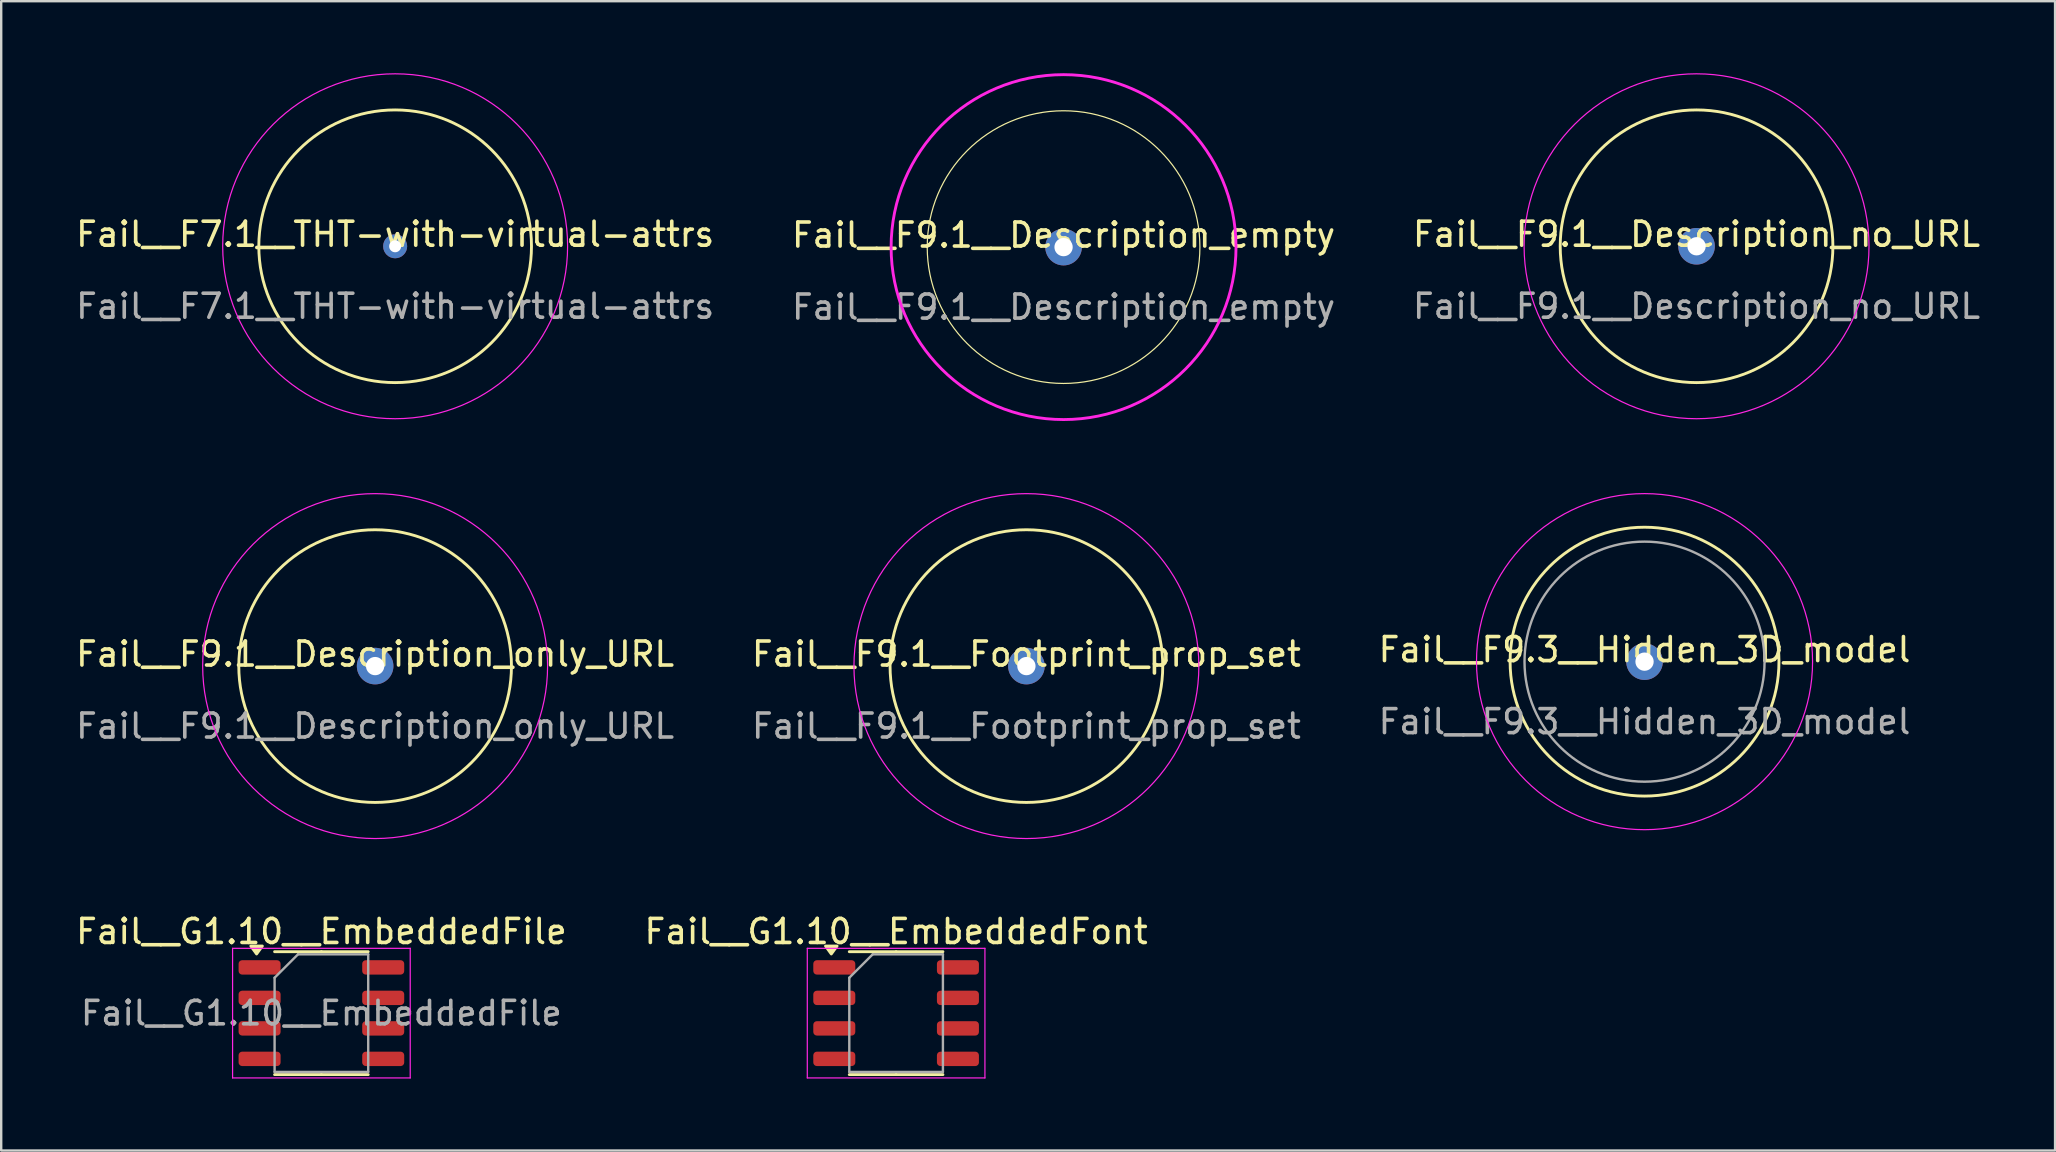
<source format=kicad_pcb>
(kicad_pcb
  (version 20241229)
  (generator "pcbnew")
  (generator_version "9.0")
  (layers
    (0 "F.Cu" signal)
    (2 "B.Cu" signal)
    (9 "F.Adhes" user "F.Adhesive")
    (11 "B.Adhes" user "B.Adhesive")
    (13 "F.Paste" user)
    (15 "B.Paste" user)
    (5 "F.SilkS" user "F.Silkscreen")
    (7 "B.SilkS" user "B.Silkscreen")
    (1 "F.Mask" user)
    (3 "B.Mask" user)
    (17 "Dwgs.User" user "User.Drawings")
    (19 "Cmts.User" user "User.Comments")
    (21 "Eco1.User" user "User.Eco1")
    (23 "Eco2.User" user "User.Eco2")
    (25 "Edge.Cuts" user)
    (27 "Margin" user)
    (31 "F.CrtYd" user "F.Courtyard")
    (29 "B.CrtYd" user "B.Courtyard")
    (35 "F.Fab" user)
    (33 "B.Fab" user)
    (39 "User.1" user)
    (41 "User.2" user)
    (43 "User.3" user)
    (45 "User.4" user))
  (footprint "Fail__F9.3__Hidden_3D_model"
    (layer "F.Cu")
    (at 65.458 24.513)
    (property "Reference" "Fail__F9.3__Hidden_3D_model" (at 0 -0.5 0) (unlocked yes) (layer "F.SilkS") (effects (font (size 1 1) (thickness 0.15))))
    (attr through_hole)
    (fp_circle (center 0 0) (end 5.6 0) (stroke (width 0.12) (type solid)) (fill no) (layer "F.SilkS"))
    (fp_circle (center 0 0) (end 7 0) (stroke (width 0.05) (type solid)) (fill no) (layer "F.CrtYd"))
    (fp_circle (center 0 0) (end 5 0) (stroke (width 0.1) (type solid)) (fill no) (layer "F.Fab"))
    (fp_text user "${REFERENCE}" (at 0 2.5 0) (unlocked yes) (layer "F.Fab") (effects (font (size 1 1) (thickness 0.15))))
    (pad "1" thru_hole circle (at 0 0) (size 1.524 1.524) (drill 0.762) (layers "*.Cu" "*.Mask")))
  (footprint "Fail__G1.10__EmbeddedFont"
    (layer "F.Cu")
    (at 34.28 39.155)
    (property "Reference" "Fail__G1.10__EmbeddedFont" (at 0 -3.4 0) (layer "F.SilkS") (effects (font (size 1 1) (thickness 0.15))))
    (attr smd)
    (fp_line (start 0 -2.56) (end -1.95 -2.56) (stroke (width 0.12) (type solid)) (layer "F.SilkS"))
    (fp_line (start 0 -2.56) (end 1.95 -2.56) (stroke (width 0.12) (type solid)) (layer "F.SilkS"))
    (fp_line (start 0 2.56) (end -1.95 2.56) (stroke (width 0.12) (type solid)) (layer "F.SilkS"))
    (fp_line (start 0 2.56) (end 1.95 2.56) (stroke (width 0.12) (type solid)) (layer "F.SilkS"))
    (fp_poly (pts (xy -2.7 -2.465) (xy -2.94 -2.795) (xy -2.46 -2.795) (xy -2.7 -2.465)) (stroke (width 0.12) (type solid)) (fill yes) (layer "F.SilkS"))
    (fp_line (start -3.7 -2.7) (end -3.7 2.7) (stroke (width 0.05) (type solid)) (layer "F.CrtYd"))
    (fp_line (start -3.7 2.7) (end 3.7 2.7) (stroke (width 0.05) (type solid)) (layer "F.CrtYd"))
    (fp_line (start 3.7 -2.7) (end -3.7 -2.7) (stroke (width 0.05) (type solid)) (layer "F.CrtYd"))
    (fp_line (start 3.7 2.7) (end 3.7 -2.7) (stroke (width 0.05) (type solid)) (layer "F.CrtYd"))
    (fp_line (start -1.95 -1.475) (end -0.975 -2.45) (stroke (width 0.1) (type solid)) (layer "F.Fab"))
    (fp_line (start -1.95 2.45) (end -1.95 -1.475) (stroke (width 0.1) (type solid)) (layer "F.Fab"))
    (fp_line (start -0.975 -2.45) (end 1.95 -2.45) (stroke (width 0.1) (type solid)) (layer "F.Fab"))
    (fp_line (start 1.95 -2.45) (end 1.95 2.45) (stroke (width 0.1) (type solid)) (layer "F.Fab"))
    (fp_line (start 1.95 2.45) (end -1.95 2.45) (stroke (width 0.1) (type solid)) (layer "F.Fab"))
    (pad "1" smd roundrect (at -2.575 -1.905) (size 1.75 0.6) (layers "F.Cu" "F.Mask" "F.Paste") (roundrect_rratio 0.25))
    (pad "2" smd roundrect (at -2.575 -0.635) (size 1.75 0.6) (layers "F.Cu" "F.Mask" "F.Paste") (roundrect_rratio 0.25))
    (pad "3" smd roundrect (at -2.575 0.635) (size 1.75 0.6) (layers "F.Cu" "F.Mask" "F.Paste") (roundrect_rratio 0.25))
    (pad "4" smd roundrect (at -2.575 1.905) (size 1.75 0.6) (layers "F.Cu" "F.Mask" "F.Paste") (roundrect_rratio 0.25))
    (pad "5" smd roundrect (at 2.575 1.905) (size 1.75 0.6) (layers "F.Cu" "F.Mask" "F.Paste") (roundrect_rratio 0.25))
    (pad "6" smd roundrect (at 2.575 0.635) (size 1.75 0.6) (layers "F.Cu" "F.Mask" "F.Paste") (roundrect_rratio 0.25))
    (pad "7" smd roundrect (at 2.575 -0.635) (size 1.75 0.6) (layers "F.Cu" "F.Mask" "F.Paste") (roundrect_rratio 0.25))
    (pad "8" smd roundrect (at 2.575 -1.905) (size 1.75 0.6) (layers "F.Cu" "F.Mask" "F.Paste") (roundrect_rratio 0.25)))
  (footprint "Fail__F9.1__Description_only_URL"
    (layer "F.Cu")
    (at 12.577 24.698)
    (property "Reference" "Fail__F9.1__Description_only_URL" (at 0 -0.5 0) (unlocked yes) (layer "F.SilkS") (effects (font (size 1 1) (thickness 0.15))))
    (attr through_hole)
    (fp_circle (center 0 0) (end 5.08 -2.54) (stroke (width 0.12) (type solid)) (fill no) (layer "F.SilkS"))
    (fp_circle (center 0 0) (end 5.08 -5.08) (stroke (width 0.05) (type solid)) (fill no) (layer "F.CrtYd"))
    (fp_text user "${REFERENCE}" (at 0 2.5 0) (unlocked yes) (layer "F.Fab") (effects (font (size 1 1) (thickness 0.15))))
    (pad "1" thru_hole circle (at 0 0) (size 1.524 1.524) (drill 0.762) (layers "*.Cu" "*.Mask")))
  (footprint "Fail__F7.1__THT-with-virtual-attrs"
    (layer "F.Cu")
    (at 13.411 7.209)
    (property "Reference" "Fail__F7.1__THT-with-virtual-attrs" (at 0 -0.5 0) (unlocked yes) (layer "F.SilkS") (effects (font (size 1 1) (thickness 0.15))))
    (attr through_hole exclude_from_pos_files exclude_from_bom)
    (fp_circle (center 0 0) (end 5.08 -2.54) (stroke (width 0.12) (type solid)) (fill no) (layer "F.SilkS"))
    (fp_circle (center 0 0) (end 5.08 -5.08) (stroke (width 0.05) (type solid)) (fill no) (layer "F.CrtYd"))
    (fp_text user "${REFERENCE}" (at 0 2.5 0) (unlocked yes) (layer "F.Fab") (effects (font (size 1 1) (thickness 0.15))))
    (pad "1" thru_hole circle (at 0 0) (size 1 1) (drill 0.5) (layers "*.Cu" "*.Mask")))
  (footprint "Fail__F9.1__Footprint_prop_set"
    (layer "F.Cu")
    (at 39.708 24.698)
    (property "Reference" "Fail__F9.1__Footprint_prop_set" (at 0 -0.5 0) (unlocked yes) (layer "F.SilkS") (effects (font (size 1 1) (thickness 0.15))))
    (attr through_hole)
    (fp_circle (center 0 0) (end 5.08 -2.54) (stroke (width 0.12) (type solid)) (fill no) (layer "F.SilkS"))
    (fp_circle (center 0 0) (end 5.08 -5.08) (stroke (width 0.05) (type solid)) (fill no) (layer "F.CrtYd"))
    (fp_text user "${REFERENCE}" (at 0 2.5 0) (unlocked yes) (layer "F.Fab") (effects (font (size 1 1) (thickness 0.15))))
    (pad "1" thru_hole circle (at 0 0) (size 1.524 1.524) (drill 0.762) (layers "*.Cu" "*.Mask")))
  (footprint "Fail__G1.10__EmbeddedFile"
    (layer "F.Cu")
    (at 10.339 39.155)
    (property "Reference" "Fail__G1.10__EmbeddedFile" (at 0 -3.4 0) (layer "F.SilkS") (effects (font (size 1 1) (thickness 0.15))))
    (attr smd)
    (fp_line (start 0 -2.56) (end -1.95 -2.56) (stroke (width 0.12) (type solid)) (layer "F.SilkS"))
    (fp_line (start 0 -2.56) (end 1.95 -2.56) (stroke (width 0.12) (type solid)) (layer "F.SilkS"))
    (fp_line (start 0 2.56) (end -1.95 2.56) (stroke (width 0.12) (type solid)) (layer "F.SilkS"))
    (fp_line (start 0 2.56) (end 1.95 2.56) (stroke (width 0.12) (type solid)) (layer "F.SilkS"))
    (fp_poly (pts (xy -2.7 -2.465) (xy -2.94 -2.795) (xy -2.46 -2.795) (xy -2.7 -2.465)) (stroke (width 0.12) (type solid)) (fill yes) (layer "F.SilkS"))
    (fp_line (start -3.7 -2.7) (end -3.7 2.7) (stroke (width 0.05) (type solid)) (layer "F.CrtYd"))
    (fp_line (start -3.7 2.7) (end 3.7 2.7) (stroke (width 0.05) (type solid)) (layer "F.CrtYd"))
    (fp_line (start 3.7 -2.7) (end -3.7 -2.7) (stroke (width 0.05) (type solid)) (layer "F.CrtYd"))
    (fp_line (start 3.7 2.7) (end 3.7 -2.7) (stroke (width 0.05) (type solid)) (layer "F.CrtYd"))
    (fp_line (start -1.95 -1.475) (end -0.975 -2.45) (stroke (width 0.1) (type solid)) (layer "F.Fab"))
    (fp_line (start -1.95 2.45) (end -1.95 -1.475) (stroke (width 0.1) (type solid)) (layer "F.Fab"))
    (fp_line (start -0.975 -2.45) (end 1.95 -2.45) (stroke (width 0.1) (type solid)) (layer "F.Fab"))
    (fp_line (start 1.95 -2.45) (end 1.95 2.45) (stroke (width 0.1) (type solid)) (layer "F.Fab"))
    (fp_line (start 1.95 2.45) (end -1.95 2.45) (stroke (width 0.1) (type solid)) (layer "F.Fab"))
    (fp_text user "${REFERENCE}" (at 0 0 0) (layer "F.Fab") (effects (font (size 0.98 0.98) (thickness 0.15))))
    (pad "1" smd roundrect (at -2.575 -1.905) (size 1.75 0.6) (layers "F.Cu" "F.Mask" "F.Paste") (roundrect_rratio 0.25))
    (pad "2" smd roundrect (at -2.575 -0.635) (size 1.75 0.6) (layers "F.Cu" "F.Mask" "F.Paste") (roundrect_rratio 0.25))
    (pad "3" smd roundrect (at -2.575 0.635) (size 1.75 0.6) (layers "F.Cu" "F.Mask" "F.Paste") (roundrect_rratio 0.25))
    (pad "4" smd roundrect (at -2.575 1.905) (size 1.75 0.6) (layers "F.Cu" "F.Mask" "F.Paste") (roundrect_rratio 0.25))
    (pad "5" smd roundrect (at 2.575 1.905) (size 1.75 0.6) (layers "F.Cu" "F.Mask" "F.Paste") (roundrect_rratio 0.25))
    (pad "6" smd roundrect (at 2.575 0.635) (size 1.75 0.6) (layers "F.Cu" "F.Mask" "F.Paste") (roundrect_rratio 0.25))
    (pad "7" smd roundrect (at 2.575 -0.635) (size 1.75 0.6) (layers "F.Cu" "F.Mask" "F.Paste") (roundrect_rratio 0.25))
    (pad "8" smd roundrect (at 2.575 -1.905) (size 1.75 0.6) (layers "F.Cu" "F.Mask" "F.Paste") (roundrect_rratio 0.25)))
  (footprint "Fail__F9.1__Description_empty"
    (layer "F.Cu")
    (at 41.256 7.244)
    (property "Reference" "Fail__F9.1__Description_empty" (at 0 -0.5 0) (unlocked yes) (layer "F.SilkS") (effects (font (size 1 1) (thickness 0.15))))
    (attr through_hole)
    (fp_circle (center 0 0) (end 5.08 -2.54) (stroke (width 0.05) (type solid)) (fill no) (layer "F.SilkS"))
    (fp_circle (center 0 0) (end 5.08 -5.08) (stroke (width 0.12) (type solid)) (fill no) (layer "F.CrtYd"))
    (fp_text user "${REFERENCE}" (at 0 2.5 0) (unlocked yes) (layer "F.Fab") (effects (font (size 1 1) (thickness 0.15))))
    (pad "1" thru_hole circle (at 0 0) (size 1.524 1.524) (drill 0.762) (layers "*.Cu" "*.Mask")))
  (footprint "Fail__F9.1__Description_no_URL"
    (layer "F.Cu")
    (at 67.625 7.209)
    (property "Reference" "Fail__F9.1__Description_no_URL" (at 0 -0.5 0) (unlocked yes) (layer "F.SilkS") (effects (font (size 1 1) (thickness 0.15))))
    (attr through_hole)
    (fp_circle (center 0 0) (end 5.08 -2.54) (stroke (width 0.12) (type solid)) (fill no) (layer "F.SilkS"))
    (fp_circle (center 0 0) (end 5.08 -5.08) (stroke (width 0.05) (type solid)) (fill no) (layer "F.CrtYd"))
    (fp_text user "${REFERENCE}" (at 0 2.5 0) (unlocked yes) (layer "F.Fab") (effects (font (size 1 1) (thickness 0.15))))
    (pad "1" thru_hole circle (at 0 0) (size 1.524 1.524) (drill 0.762) (layers "*.Cu" "*.Mask")))
  (gr_rect
    (start -3 -3)
    (end 82.56 44.88)
    (stroke (width 0.1) (type default))
    (fill no)
    (layer "Edge.Cuts")))
</source>
